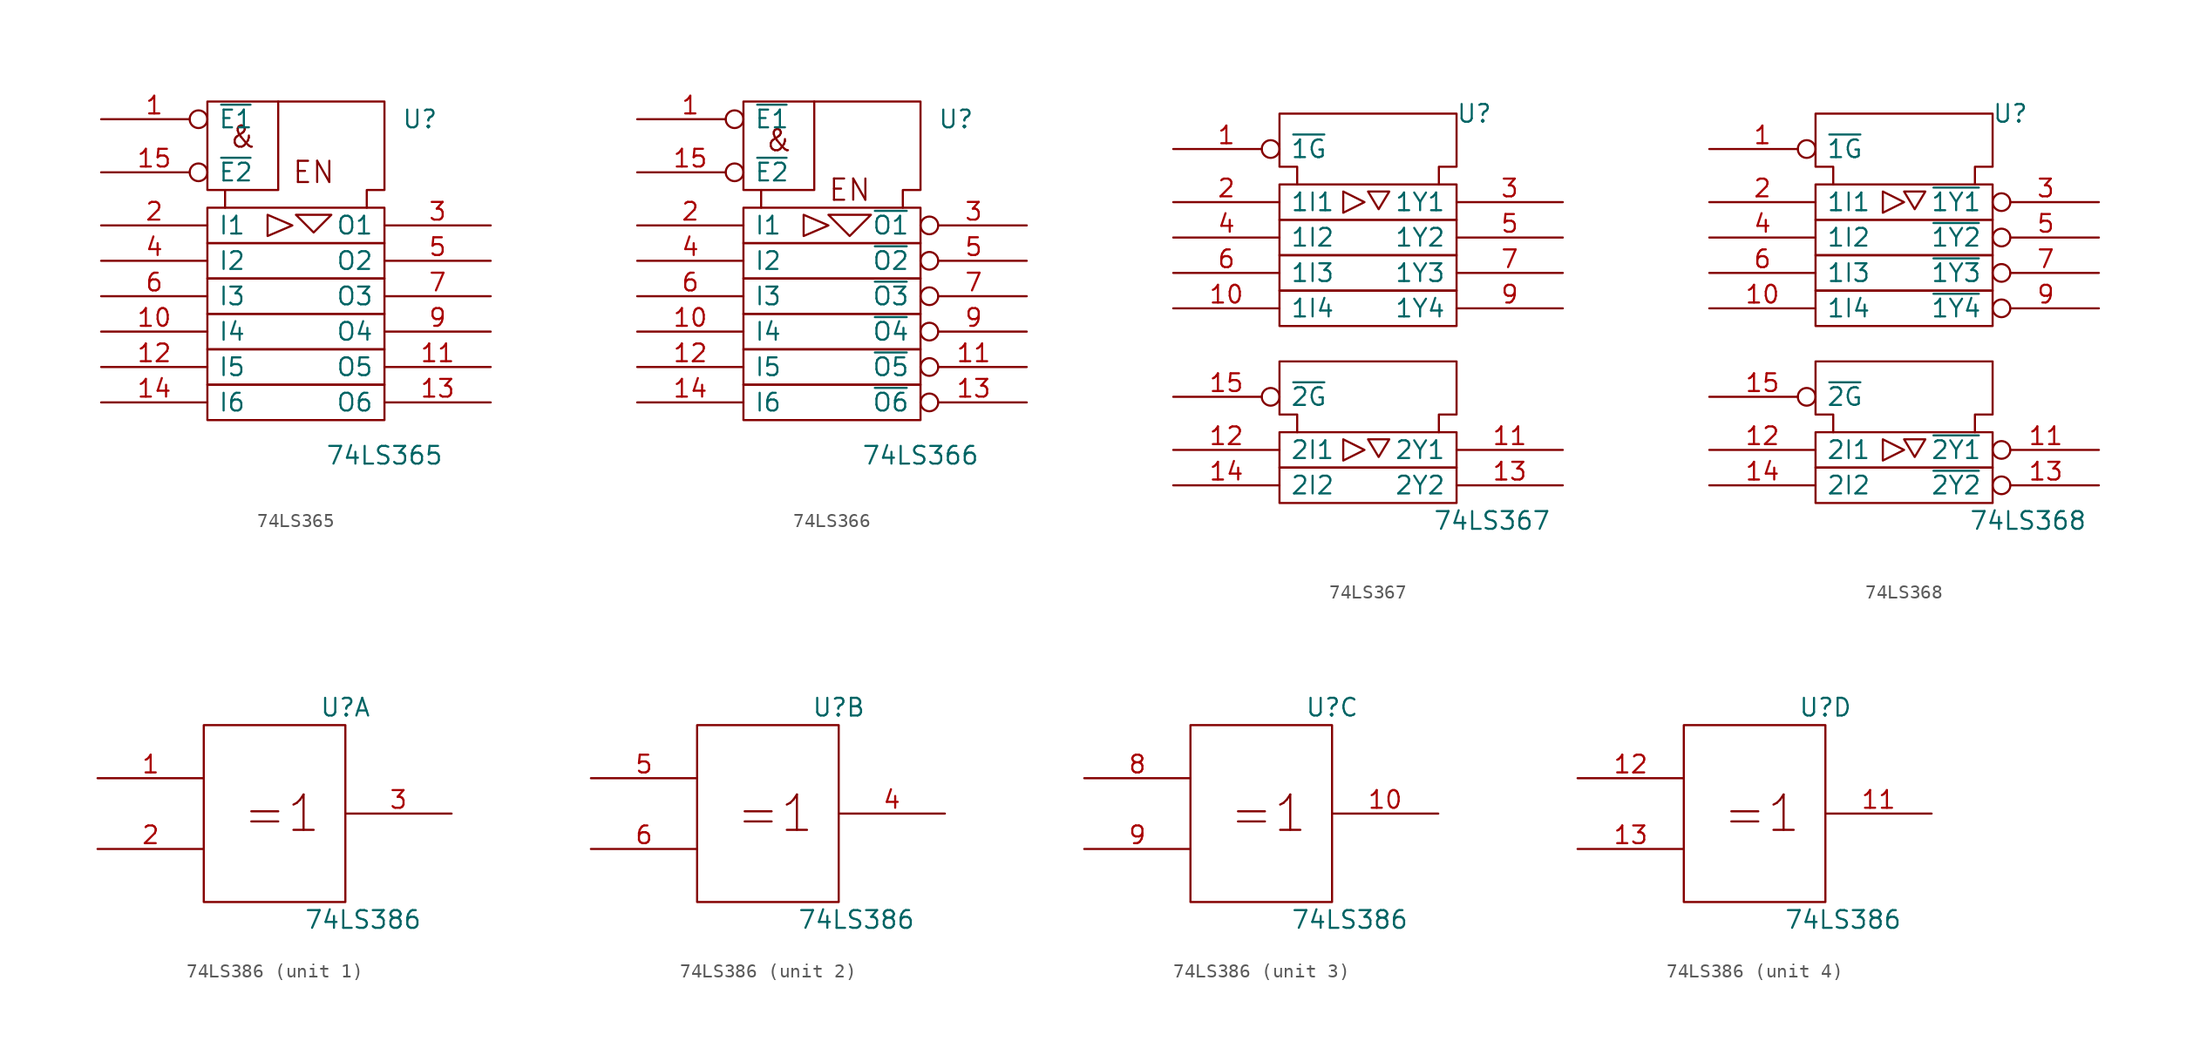
<source format=kicad_sym>
(kicad_symbol_lib
  (version 20201005)
  (generator kicad_symbol_editor)
  (symbol "74LS365"
    (pin_names
      (offset 0.762))
    (property "Reference" "U"
      (at 8.89 12.7 0)
      (effects (font (size 1.27 1.27))))
    (property "Value" "74LS365"
      (at 6.35 -11.43 0)
      (effects (font (size 1.27 1.27))))
    (symbol "74LS365_0_0"
      (text "&" (at -3.81 11.43 0) (effects (font (size 1.524 1.524))))
      (text "EN" (at 1.27 8.89 0) (effects (font (size 1.524 1.524))))
      (polyline (pts (xy -2.032 5.842) (xy -2.032 4.318) (xy -0.254 5.08) (xy -2.032 5.842) (xy -2.032 5.842)) (stroke (width 0)) (fill (type none)))
      (pin power_in line (at 1.27 13.97 270) (length 0) hide (name "GND" (effects (font (size 1.27 1.27)))) (number "8" (effects (font (size 1.27 1.27))))))
    (symbol "74LS365_0_1"
      (rectangle (start -6.35 -1.27) (end 6.35 -3.81) (stroke (width 0)) (fill (type none)))
      (rectangle (start -6.35 -6.35) (end 6.35 -8.89) (stroke (width 0)) (fill (type none)))
      (rectangle (start -6.35 6.35) (end 6.35 3.81) (stroke (width 0)) (fill (type none)))
      (rectangle (start -6.35 -3.81) (end 6.35 -6.35) (stroke (width 0)) (fill (type none)))
      (rectangle (start -6.35 1.27) (end 6.35 -1.27) (stroke (width 0)) (fill (type none)))
      (rectangle (start -6.35 3.81) (end 6.35 1.27) (stroke (width 0)) (fill (type none)))
      (polyline (pts (xy -1.27 13.97) (xy -1.27 7.62) (xy -5.08 7.62) (xy -5.08 7.62)) (stroke (width 0)) (fill (type none)))
      (polyline (pts (xy 0 5.842) (xy 2.54 5.842) (xy 1.27 4.572) (xy 0 5.842) (xy 0 5.842)) (stroke (width 0)) (fill (type none)))
      (polyline (pts (xy -5.08 6.35) (xy -5.08 7.62) (xy -6.35 7.62) (xy -6.35 13.97) (xy 6.35 13.97) (xy 6.35 7.62) (xy 5.08 7.62) (xy 5.08 6.35) (xy 5.08 6.35)) (stroke (width 0)) (fill (type none)))
      (pin power_in line (at 5.08 13.97 270) (length 0) hide (name "VCC" (effects (font (size 1.27 1.27)))) (number "16" (effects (font (size 1.27 1.27))))))
    (symbol "74LS365_1_1"
      (pin tri_state line (at 13.97 -7.62 180) (length 7.62) (name "O6" (effects (font (size 1.27 1.27)))) (number "13" (effects (font (size 1.27 1.27)))))
      (pin tri_state line (at 13.97 -5.08 180) (length 7.62) (name "O5" (effects (font (size 1.27 1.27)))) (number "11" (effects (font (size 1.27 1.27)))))
      (pin tri_state line (at 13.97 -2.54 180) (length 7.62) (name "O4" (effects (font (size 1.27 1.27)))) (number "9" (effects (font (size 1.27 1.27)))))
      (pin tri_state line (at 13.97 0 180) (length 7.62) (name "O3" (effects (font (size 1.27 1.27)))) (number "7" (effects (font (size 1.27 1.27)))))
      (pin tri_state line (at 13.97 2.54 180) (length 7.62) (name "O2" (effects (font (size 1.27 1.27)))) (number "5" (effects (font (size 1.27 1.27)))))
      (pin tri_state line (at 13.97 5.08 180) (length 7.62) (name "O1" (effects (font (size 1.27 1.27)))) (number "3" (effects (font (size 1.27 1.27)))))
      (pin input line (at -13.97 -7.62 0) (length 7.62) (name "I6" (effects (font (size 1.27 1.27)))) (number "14" (effects (font (size 1.27 1.27)))))
      (pin input line (at -13.97 -5.08 0) (length 7.62) (name "I5" (effects (font (size 1.27 1.27)))) (number "12" (effects (font (size 1.27 1.27)))))
      (pin input line (at -13.97 -2.54 0) (length 7.62) (name "I4" (effects (font (size 1.27 1.27)))) (number "10" (effects (font (size 1.27 1.27)))))
      (pin input line (at -13.97 0 0) (length 7.62) (name "I3" (effects (font (size 1.27 1.27)))) (number "6" (effects (font (size 1.27 1.27)))))
      (pin input line (at -13.97 2.54 0) (length 7.62) (name "I2" (effects (font (size 1.27 1.27)))) (number "4" (effects (font (size 1.27 1.27)))))
      (pin input line (at -13.97 5.08 0) (length 7.62) (name "I1" (effects (font (size 1.27 1.27)))) (number "2" (effects (font (size 1.27 1.27)))))
      (pin input inverted (at -13.97 8.89 0) (length 7.62) (name "~E2" (effects (font (size 1.27 1.27)))) (number "15" (effects (font (size 1.27 1.27)))))
      (pin input inverted (at -13.97 12.7 0) (length 7.62) (name "~E1" (effects (font (size 1.27 1.27)))) (number "1" (effects (font (size 1.27 1.27)))))))
  (symbol "74LS366"
    (pin_names
      (offset 0.762))
    (property "Reference" "U"
      (at 8.89 12.7 0)
      (effects (font (size 1.27 1.27))))
    (property "Value" "74LS366"
      (at 6.35 -11.43 0)
      (effects (font (size 1.27 1.27))))
    (symbol "74LS366_0_0"
      (text "EN" (at 1.27 7.62 0) (effects (font (size 1.524 1.524))))
      (text "&" (at -3.81 11.176 0) (effects (font (size 1.524 1.524))))
      (polyline (pts (xy -2.032 5.842) (xy -2.032 4.318) (xy -0.254 5.08) (xy -2.032 5.842) (xy -2.032 5.842)) (stroke (width 0)) (fill (type none)))
      (polyline (pts (xy -0.254 5.842) (xy 1.27 4.318) (xy 2.794 5.842) (xy -0.254 5.842) (xy -0.254 5.842)) (stroke (width 0)) (fill (type none)))
      (pin power_in line (at 1.27 13.97 270) (length 0) hide (name "GND" (effects (font (size 1.27 1.27)))) (number "8" (effects (font (size 1.27 1.27))))))
    (symbol "74LS366_0_1"
      (rectangle (start -6.35 1.27) (end 6.35 -1.27) (stroke (width 0)) (fill (type none)))
      (rectangle (start -6.35 6.35) (end 6.35 3.81) (stroke (width 0)) (fill (type none)))
      (rectangle (start -6.35 3.81) (end 6.35 1.27) (stroke (width 0)) (fill (type none)))
      (rectangle (start -6.35 -1.27) (end 6.35 -3.81) (stroke (width 0)) (fill (type none)))
      (rectangle (start -6.35 -6.35) (end 6.35 -8.89) (stroke (width 0)) (fill (type none)))
      (rectangle (start -6.35 -3.81) (end 6.35 -6.35) (stroke (width 0)) (fill (type none)))
      (polyline (pts (xy -5.08 6.35) (xy -5.08 7.62) (xy -6.35 7.62) (xy -6.35 13.97) (xy 6.35 13.97) (xy 6.35 7.62) (xy 5.08 7.62) (xy 5.08 6.35) (xy 5.08 6.35)) (stroke (width 0)) (fill (type none)))
      (polyline (pts (xy -1.27 13.97) (xy -1.27 7.62) (xy -5.08 7.62) (xy -5.08 7.62)) (stroke (width 0)) (fill (type none)))
      (pin power_in line (at 5.08 13.97 270) (length 0) hide (name "VCC" (effects (font (size 1.27 1.27)))) (number "16" (effects (font (size 1.27 1.27))))))
    (symbol "74LS366_1_1"
      (pin tri_state inverted (at 13.97 -7.62 180) (length 7.62) (name "~O6" (effects (font (size 1.27 1.27)))) (number "13" (effects (font (size 1.27 1.27)))))
      (pin tri_state inverted (at 13.97 -5.08 180) (length 7.62) (name "~O5" (effects (font (size 1.27 1.27)))) (number "11" (effects (font (size 1.27 1.27)))))
      (pin tri_state inverted (at 13.97 -2.54 180) (length 7.62) (name "~O4" (effects (font (size 1.27 1.27)))) (number "9" (effects (font (size 1.27 1.27)))))
      (pin tri_state inverted (at 13.97 0 180) (length 7.62) (name "~O3" (effects (font (size 1.27 1.27)))) (number "7" (effects (font (size 1.27 1.27)))))
      (pin tri_state inverted (at 13.97 2.54 180) (length 7.62) (name "~O2" (effects (font (size 1.27 1.27)))) (number "5" (effects (font (size 1.27 1.27)))))
      (pin tri_state inverted (at 13.97 5.08 180) (length 7.62) (name "~O1" (effects (font (size 1.27 1.27)))) (number "3" (effects (font (size 1.27 1.27)))))
      (pin input line (at -13.97 -7.62 0) (length 7.62) (name "I6" (effects (font (size 1.27 1.27)))) (number "14" (effects (font (size 1.27 1.27)))))
      (pin input line (at -13.97 -5.08 0) (length 7.62) (name "I5" (effects (font (size 1.27 1.27)))) (number "12" (effects (font (size 1.27 1.27)))))
      (pin input line (at -13.97 -2.54 0) (length 7.62) (name "I4" (effects (font (size 1.27 1.27)))) (number "10" (effects (font (size 1.27 1.27)))))
      (pin input line (at -13.97 0 0) (length 7.62) (name "I3" (effects (font (size 1.27 1.27)))) (number "6" (effects (font (size 1.27 1.27)))))
      (pin input line (at -13.97 2.54 0) (length 7.62) (name "I2" (effects (font (size 1.27 1.27)))) (number "4" (effects (font (size 1.27 1.27)))))
      (pin input line (at -13.97 5.08 0) (length 7.62) (name "I1" (effects (font (size 1.27 1.27)))) (number "2" (effects (font (size 1.27 1.27)))))
      (pin input inverted (at -13.97 8.89 0) (length 7.62) (name "~E2" (effects (font (size 1.27 1.27)))) (number "15" (effects (font (size 1.27 1.27)))))
      (pin input inverted (at -13.97 12.7 0) (length 7.62) (name "~E1" (effects (font (size 1.27 1.27)))) (number "1" (effects (font (size 1.27 1.27)))))))
  (symbol "74LS367"
    (pin_names
      (offset 0.762))
    (property "Reference" "U"
      (at 7.62 8.89 0)
      (effects (font (size 1.27 1.27))))
    (property "Value" "74LS367"
      (at 8.89 -20.32 0)
      (effects (font (size 1.27 1.27))))
    (symbol "74LS367_0_0"
      (rectangle (start -6.35 -13.97) (end 6.35 -16.51) (stroke (width 0)) (fill (type none)))
      (rectangle (start -6.35 -16.51) (end 6.35 -19.05) (stroke (width 0)) (fill (type none)))
      (rectangle (start -6.35 -1.27) (end 6.35 -3.81) (stroke (width 0)) (fill (type none)))
      (rectangle (start -6.35 3.81) (end 6.35 1.27) (stroke (width 0)) (fill (type none)))
      (rectangle (start -6.35 1.27) (end 6.35 -1.27) (stroke (width 0)) (fill (type none)))
      (rectangle (start -6.35 -3.81) (end 6.35 -6.35) (stroke (width 0)) (fill (type none)))
      (polyline (pts (xy -1.778 3.302) (xy -0.254 2.54) (xy -1.778 1.778) (xy -1.778 3.302) (xy -1.778 3.302)) (stroke (width 0)) (fill (type none)))
      (polyline (pts (xy -5.08 -13.97) (xy -5.08 -12.7) (xy -6.35 -12.7) (xy -6.35 -8.89) (xy 6.35 -8.89) (xy 6.35 -12.7) (xy 5.08 -12.7) (xy 5.08 -13.97) (xy 5.08 -13.97)) (stroke (width 0)) (fill (type none)))
      (polyline (pts (xy -1.778 -14.478) (xy -1.778 -16.002) (xy -0.254 -15.24) (xy -1.778 -14.478) (xy -1.778 -14.478)) (stroke (width 0)) (fill (type none)))
      (polyline (pts (xy -5.08 3.81) (xy -5.08 5.08) (xy -6.35 5.08) (xy -6.35 8.89) (xy 6.35 8.89) (xy 6.35 5.08) (xy 5.08 5.08) (xy 5.08 3.81) (xy 5.08 3.81)) (stroke (width 0)) (fill (type none)))
      (pin power_in line (at 1.27 8.89 270) (length 0) hide (name "GND" (effects (font (size 1.27 1.27)))) (number "8" (effects (font (size 1.27 1.27)))))
      (pin power_in line (at 5.08 8.89 270) (length 0) hide (name "VCC" (effects (font (size 1.27 1.27)))) (number "16" (effects (font (size 1.27 1.27))))))
    (symbol "74LS367_0_1"
      (polyline (pts (xy 0 3.302) (xy 1.524 3.302) (xy 0.762 2.032) (xy 0 3.302) (xy 0 3.302)) (stroke (width 0)) (fill (type none)))
      (polyline (pts (xy 0 -14.478) (xy 1.524 -14.478) (xy 0.762 -15.748) (xy 0 -14.478) (xy 0 -14.478)) (stroke (width 0)) (fill (type none))))
    (symbol "74LS367_1_1"
      (pin tri_state line (at 13.97 -17.78 180) (length 7.62) (name "2Y2" (effects (font (size 1.27 1.27)))) (number "13" (effects (font (size 1.27 1.27)))))
      (pin tri_state line (at 13.97 -15.24 180) (length 7.62) (name "2Y1" (effects (font (size 1.27 1.27)))) (number "11" (effects (font (size 1.27 1.27)))))
      (pin tri_state line (at 13.97 -5.08 180) (length 7.62) (name "1Y4" (effects (font (size 1.27 1.27)))) (number "9" (effects (font (size 1.27 1.27)))))
      (pin tri_state line (at 13.97 -2.54 180) (length 7.62) (name "1Y3" (effects (font (size 1.27 1.27)))) (number "7" (effects (font (size 1.27 1.27)))))
      (pin tri_state line (at 13.97 0 180) (length 7.62) (name "1Y2" (effects (font (size 1.27 1.27)))) (number "5" (effects (font (size 1.27 1.27)))))
      (pin tri_state line (at 13.97 2.54 180) (length 7.62) (name "1Y1" (effects (font (size 1.27 1.27)))) (number "3" (effects (font (size 1.27 1.27)))))
      (pin input line (at -13.97 -17.78 0) (length 7.62) (name "2I2" (effects (font (size 1.27 1.27)))) (number "14" (effects (font (size 1.27 1.27)))))
      (pin input line (at -13.97 -15.24 0) (length 7.62) (name "2I1" (effects (font (size 1.27 1.27)))) (number "12" (effects (font (size 1.27 1.27)))))
      (pin input inverted (at -13.97 -11.43 0) (length 7.62) (name "~2G" (effects (font (size 1.27 1.27)))) (number "15" (effects (font (size 1.27 1.27)))))
      (pin input line (at -13.97 -5.08 0) (length 7.62) (name "1I4" (effects (font (size 1.27 1.27)))) (number "10" (effects (font (size 1.27 1.27)))))
      (pin input line (at -13.97 -2.54 0) (length 7.62) (name "1I3" (effects (font (size 1.27 1.27)))) (number "6" (effects (font (size 1.27 1.27)))))
      (pin input line (at -13.97 0 0) (length 7.62) (name "1I2" (effects (font (size 1.27 1.27)))) (number "4" (effects (font (size 1.27 1.27)))))
      (pin input line (at -13.97 2.54 0) (length 7.62) (name "1I1" (effects (font (size 1.27 1.27)))) (number "2" (effects (font (size 1.27 1.27)))))
      (pin input inverted (at -13.97 6.35 0) (length 7.62) (name "~1G" (effects (font (size 1.27 1.27)))) (number "1" (effects (font (size 1.27 1.27)))))))
  (symbol "74LS368"
    (pin_names
      (offset 0.762))
    (property "Reference" "U"
      (at 7.62 8.89 0)
      (effects (font (size 1.27 1.27))))
    (property "Value" "74LS368"
      (at 8.89 -20.32 0)
      (effects (font (size 1.27 1.27))))
    (symbol "74LS368_0_0"
      (rectangle (start -6.35 -1.27) (end 6.35 -3.81) (stroke (width 0)) (fill (type none)))
      (rectangle (start -6.35 1.27) (end 6.35 -1.27) (stroke (width 0)) (fill (type none)))
      (rectangle (start -6.35 -16.51) (end 6.35 -19.05) (stroke (width 0)) (fill (type none)))
      (rectangle (start -6.35 3.81) (end 6.35 1.27) (stroke (width 0)) (fill (type none)))
      (rectangle (start -6.35 -13.97) (end 6.35 -16.51) (stroke (width 0)) (fill (type none)))
      (rectangle (start -6.35 -3.81) (end 6.35 -6.35) (stroke (width 0)) (fill (type none)))
      (polyline (pts (xy -5.08 -13.97) (xy -5.08 -12.7) (xy -6.35 -12.7) (xy -6.35 -8.89) (xy 6.35 -8.89) (xy 6.35 -12.7) (xy 5.08 -12.7) (xy 5.08 -13.97) (xy 5.08 -13.97)) (stroke (width 0)) (fill (type none)))
      (polyline (pts (xy -1.524 3.302) (xy 0 2.54) (xy -1.524 1.778) (xy -1.524 3.302) (xy -1.524 3.302)) (stroke (width 0)) (fill (type none)))
      (polyline (pts (xy -1.524 -14.478) (xy -1.524 -16.002) (xy 0 -15.24) (xy -1.524 -14.478) (xy -1.524 -14.478)) (stroke (width 0)) (fill (type none)))
      (polyline (pts (xy -5.08 3.81) (xy -5.08 5.08) (xy -6.35 5.08) (xy -6.35 8.89) (xy 6.35 8.89) (xy 6.35 5.08) (xy 5.08 5.08) (xy 5.08 3.81) (xy 5.08 3.81)) (stroke (width 0)) (fill (type none)))
      (pin power_in line (at 0 8.89 270) (length 0) hide (name "GND" (effects (font (size 1.27 1.27)))) (number "8" (effects (font (size 1.27 1.27)))))
      (pin power_in line (at 3.81 8.89 270) (length 0) hide (name "VCC" (effects (font (size 1.27 1.27)))) (number "16" (effects (font (size 1.27 1.27))))))
    (symbol "74LS368_0_1"
      (polyline (pts (xy 0 -14.478) (xy 1.524 -14.478) (xy 0.762 -15.748) (xy 0 -14.478) (xy 0 -14.478)) (stroke (width 0)) (fill (type none)))
      (polyline (pts (xy 0 3.302) (xy 1.524 3.302) (xy 0.762 2.032) (xy 0 3.302) (xy 0.254 3.302)) (stroke (width 0)) (fill (type none))))
    (symbol "74LS368_1_1"
      (pin tri_state inverted (at 13.97 -17.78 180) (length 7.62) (name "~2Y2" (effects (font (size 1.27 1.27)))) (number "13" (effects (font (size 1.27 1.27)))))
      (pin tri_state inverted (at 13.97 -15.24 180) (length 7.62) (name "~2Y1" (effects (font (size 1.27 1.27)))) (number "11" (effects (font (size 1.27 1.27)))))
      (pin tri_state inverted (at 13.97 -5.08 180) (length 7.62) (name "~1Y4" (effects (font (size 1.27 1.27)))) (number "9" (effects (font (size 1.27 1.27)))))
      (pin tri_state inverted (at 13.97 -2.54 180) (length 7.62) (name "~1Y3" (effects (font (size 1.27 1.27)))) (number "7" (effects (font (size 1.27 1.27)))))
      (pin tri_state inverted (at 13.97 0 180) (length 7.62) (name "~1Y2" (effects (font (size 1.27 1.27)))) (number "5" (effects (font (size 1.27 1.27)))))
      (pin tri_state inverted (at 13.97 2.54 180) (length 7.62) (name "~1Y1" (effects (font (size 1.27 1.27)))) (number "3" (effects (font (size 1.27 1.27)))))
      (pin input line (at -13.97 -17.78 0) (length 7.62) (name "2I2" (effects (font (size 1.27 1.27)))) (number "14" (effects (font (size 1.27 1.27)))))
      (pin input line (at -13.97 -15.24 0) (length 7.62) (name "2I1" (effects (font (size 1.27 1.27)))) (number "12" (effects (font (size 1.27 1.27)))))
      (pin input inverted (at -13.97 -11.43 0) (length 7.62) (name "~2G" (effects (font (size 1.27 1.27)))) (number "15" (effects (font (size 1.27 1.27)))))
      (pin input line (at -13.97 -5.08 0) (length 7.62) (name "1I4" (effects (font (size 1.27 1.27)))) (number "10" (effects (font (size 1.27 1.27)))))
      (pin input line (at -13.97 -2.54 0) (length 7.62) (name "1I3" (effects (font (size 1.27 1.27)))) (number "6" (effects (font (size 1.27 1.27)))))
      (pin input line (at -13.97 0 0) (length 7.62) (name "1I2" (effects (font (size 1.27 1.27)))) (number "4" (effects (font (size 1.27 1.27)))))
      (pin input line (at -13.97 2.54 0) (length 7.62) (name "1I1" (effects (font (size 1.27 1.27)))) (number "2" (effects (font (size 1.27 1.27)))))
      (pin input inverted (at -13.97 6.35 0) (length 7.62) (name "~1G" (effects (font (size 1.27 1.27)))) (number "1" (effects (font (size 1.27 1.27)))))))
  (symbol "74LS386"
    (pin_names
      (offset 0.762))
    (property "Reference" "U"
      (at 5.08 7.62 0)
      (effects (font (size 1.27 1.27))))
    (property "Value" "74LS386"
      (at 6.35 -7.62 0)
      (effects (font (size 1.27 1.27))))
    (symbol "74LS386_0_1"
      (text "=1" (at 0.508 0 0) (effects (font (size 2.54 2.54))))
      (rectangle (start -5.08 6.35) (end 5.08 -6.35) (stroke (width 0)) (fill (type none)))
      (pin power_in line (at 0 6.35 270) (length 0) hide (name "Vcc" (effects (font (size 1.27 1.27)))) (number "14" (effects (font (size 1.27 1.27)))))
      (pin power_in line (at 0 -6.35 90) (length 0) hide (name "Gnd" (effects (font (size 1.27 1.27)))) (number "7" (effects (font (size 1.27 1.27))))))
    (symbol "74LS386_1_1"
      (pin output line (at 12.7 0 180) (length 7.62) (name "~" (effects (font (size 1.27 1.27)))) (number "3" (effects (font (size 1.27 1.27)))))
      (pin input line (at -12.7 -2.54 0) (length 7.62) (name "~" (effects (font (size 1.27 1.27)))) (number "2" (effects (font (size 1.27 1.27)))))
      (pin input line (at -12.7 2.54 0) (length 7.62) (name "~" (effects (font (size 1.27 1.27)))) (number "1" (effects (font (size 1.27 1.27))))))
    (symbol "74LS386_2_1"
      (pin output line (at 12.7 0 180) (length 7.62) (name "~" (effects (font (size 1.27 1.27)))) (number "4" (effects (font (size 1.27 1.27)))))
      (pin input line (at -12.7 -2.54 0) (length 7.62) (name "~" (effects (font (size 1.27 1.27)))) (number "6" (effects (font (size 1.27 1.27)))))
      (pin input line (at -12.7 2.54 0) (length 7.62) (name "~" (effects (font (size 1.27 1.27)))) (number "5" (effects (font (size 1.27 1.27))))))
    (symbol "74LS386_3_1"
      (pin output line (at 12.7 0 180) (length 7.62) (name "~" (effects (font (size 1.27 1.27)))) (number "10" (effects (font (size 1.27 1.27)))))
      (pin input line (at -12.7 -2.54 0) (length 7.62) (name "~" (effects (font (size 1.27 1.27)))) (number "9" (effects (font (size 1.27 1.27)))))
      (pin input line (at -12.7 2.54 0) (length 7.62) (name "~" (effects (font (size 1.27 1.27)))) (number "8" (effects (font (size 1.27 1.27))))))
    (symbol "74LS386_4_1"
      (pin output line (at 12.7 0 180) (length 7.62) (name "~" (effects (font (size 1.27 1.27)))) (number "11" (effects (font (size 1.27 1.27)))))
      (pin input line (at -12.7 -2.54 0) (length 7.62) (name "~" (effects (font (size 1.27 1.27)))) (number "13" (effects (font (size 1.27 1.27)))))
      (pin input line (at -12.7 2.54 0) (length 7.62) (name "~" (effects (font (size 1.27 1.27)))) (number "12" (effects (font (size 1.27 1.27))))))))
</source>
